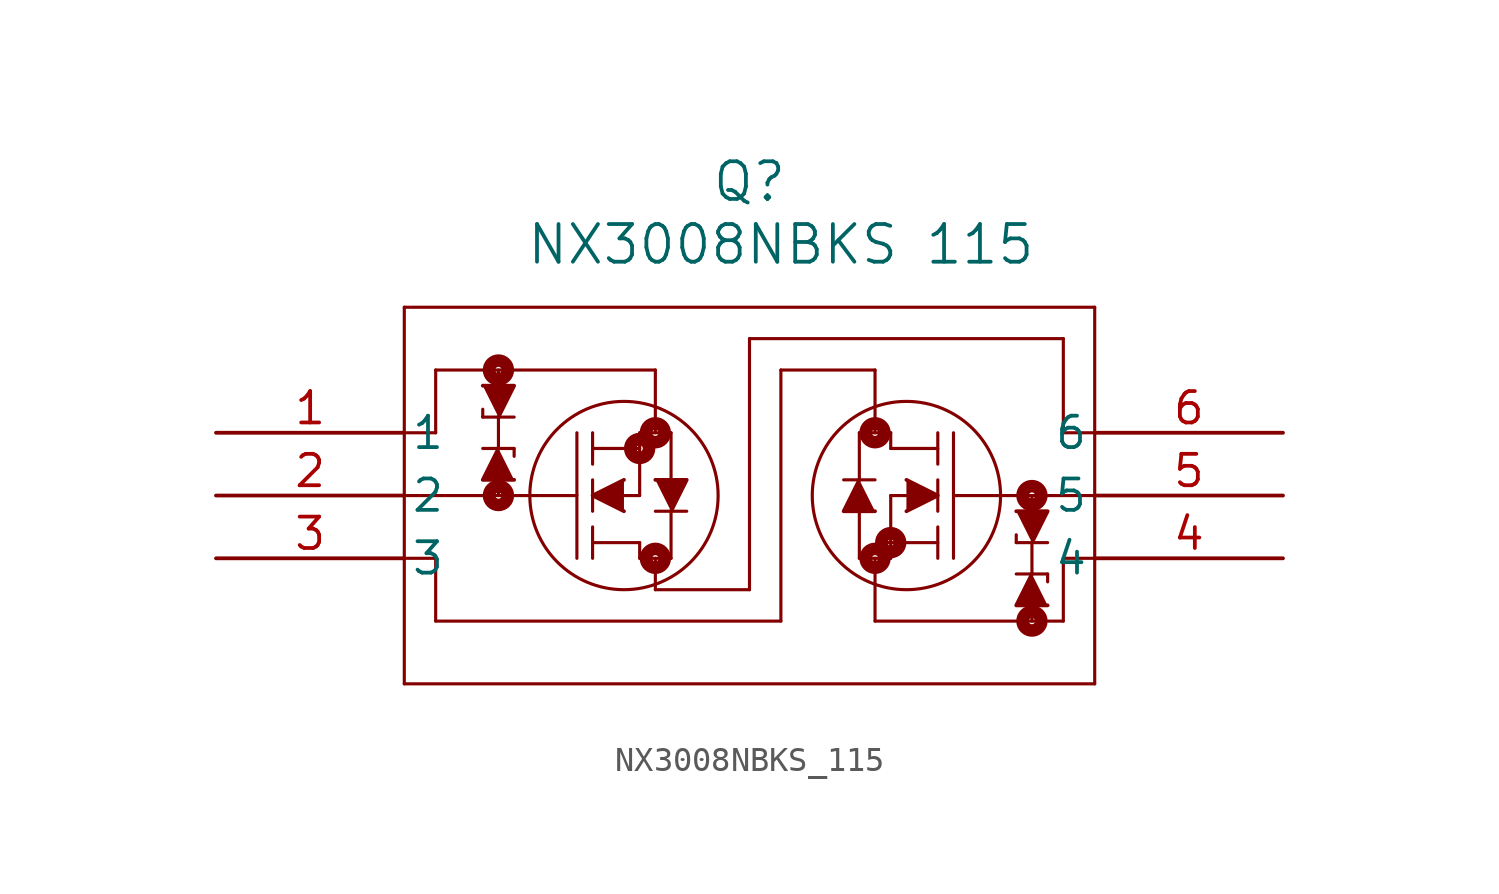
<source format=kicad_sym>
(kicad_symbol_lib
  (version 20211014)
  (generator kicad_symbol_editor)
  (symbol "NX3008NBKS_115"
    (pin_names
      (offset 0.254))
    (property "Reference" "Q"
      (at 19.05 10.16 0)
      (effects (font (size 1.524 1.524))))
    (property "Value" "NX3008NBKS 115"
      (at 20.32 7.62 0)
      (effects (font (size 1.524 1.524))))
    (symbol "NX3008NBKS_115_0_1"
      (polyline (pts (xy 5.08 5.08) (xy 5.08 -10.16)) (stroke (width 0.127) (type default) (color 0 0 0 0)) (fill (type none)))
      (polyline (pts (xy 5.08 -10.16) (xy 33.02 -10.16)) (stroke (width 0.127) (type default) (color 0 0 0 0)) (fill (type none)))
      (polyline (pts (xy 33.02 5.08) (xy 33.02 -10.16)) (stroke (width 0.127) (type default) (color 0 0 0 0)) (fill (type none)))
      (polyline (pts (xy 33.02 5.08) (xy 5.08 5.08)) (stroke (width 0.127) (type default) (color 0 0 0 0)) (fill (type none)))
      (circle (center 15.24 0) (radius 0.127) (stroke (width 0.508) (type default) (color 0 0 0 0)) (fill (type none)))
      (circle (center 15.24 -5.08) (radius 0.127) (stroke (width 0.508) (type default) (color 0 0 0 0)) (fill (type none)))
      (circle (center 14.605 -0.635) (radius 0.127) (stroke (width 0.508) (type default) (color 0 0 0 0)) (fill (type none)))
      (circle (center 13.97 -2.54) (radius 3.81) (stroke (width 0.127) (type default) (color 0 0 0 0)) (fill (type none)))
      (polyline (pts (xy 5.08 -2.54) (xy 12.065 -2.54)) (stroke (width 0.127) (type default) (color 0 0 0 0)) (fill (type none)))
      (polyline (pts (xy 12.065 -5.08) (xy 12.065 0)) (stroke (width 0.127) (type default) (color 0 0 0 0)) (fill (type none)))
      (polyline (pts (xy 12.7 -3.175) (xy 12.7 -1.905)) (stroke (width 0.127) (type default) (color 0 0 0 0)) (fill (type none)))
      (polyline (pts (xy 12.7 -5.08) (xy 12.7 -3.81)) (stroke (width 0.127) (type default) (color 0 0 0 0)) (fill (type none)))
      (polyline (pts (xy 12.7 -1.27) (xy 12.7 0)) (stroke (width 0.127) (type default) (color 0 0 0 0)) (fill (type none)))
      (polyline (pts (xy 13.716 -2.54) (xy 14.605 -2.54)) (stroke (width 0.127) (type default) (color 0 0 0 0)) (fill (type none)))
      (polyline (pts (xy 12.7 -4.445) (xy 14.605 -4.445)) (stroke (width 0.127) (type default) (color 0 0 0 0)) (fill (type none)))
      (polyline (pts (xy 14.605 -5.08) (xy 14.605 -4.445)) (stroke (width 0.127) (type default) (color 0 0 0 0)) (fill (type none)))
      (polyline (pts (xy 14.605 -5.08) (xy 15.875 -5.08)) (stroke (width 0.127) (type default) (color 0 0 0 0)) (fill (type none)))
      (polyline (pts (xy 12.7 -0.635) (xy 14.605 -0.635)) (stroke (width 0.127) (type default) (color 0 0 0 0)) (fill (type none)))
      (polyline (pts (xy 15.875 -1.905) (xy 15.875 0)) (stroke (width 0.127) (type default) (color 0 0 0 0)) (fill (type none)))
      (polyline (pts (xy 15.875 -5.08) (xy 15.875 -3.175)) (stroke (width 0.127) (type default) (color 0 0 0 0)) (fill (type none)))
      (polyline (pts (xy 15.24 -3.175) (xy 16.51 -3.175)) (stroke (width 0.127) (type default) (color 0 0 0 0)) (fill (type none)))
      (polyline (pts (xy 14.605 0) (xy 15.875 0)) (stroke (width 0.127) (type default) (color 0 0 0 0)) (fill (type none)))
      (polyline (pts (xy 14.605 -2.54) (xy 14.605 0)) (stroke (width 0.127) (type default) (color 0 0 0 0)) (fill (type none)))
      (polyline (pts (xy 15.24 2.54) (xy 15.24 0)) (stroke (width 0.127) (type default) (color 0 0 0 0)) (fill (type none)))
      (polyline (pts (xy 19.05 -6.35) (xy 15.24 -6.35)) (stroke (width 0.127) (type default) (color 0 0 0 0)) (fill (type none)))
      (polyline (pts (xy 24.765 -2.54) (xy 25.4 -2.54)) (stroke (width 0.127) (type default) (color 0 0 0 0)) (fill (type none)))
      (circle (center 24.13 0) (radius 0.127) (stroke (width 0.508) (type default) (color 0 0 0 0)) (fill (type none)))
      (polyline (pts (xy 15.24 -6.35) (xy 15.24 -5.08)) (stroke (width 0.127) (type default) (color 0 0 0 0)) (fill (type none)))
      (polyline (pts (xy 5.08 0) (xy 6.35 0)) (stroke (width 0.127) (type default) (color 0 0 0 0)) (fill (type none)))
      (circle (center 24.13 -5.08) (radius 0.127) (stroke (width 0.508) (type default) (color 0 0 0 0)) (fill (type none)))
      (circle (center 24.765 -4.445) (radius 0.127) (stroke (width 0.508) (type default) (color 0 0 0 0)) (fill (type none)))
      (circle (center 25.4 -2.54) (radius 3.81) (stroke (width 0.127) (type default) (color 0 0 0 0)) (fill (type none)))
      (polyline (pts (xy 27.305 -5.08) (xy 27.305 0)) (stroke (width 0.127) (type default) (color 0 0 0 0)) (fill (type none)))
      (polyline (pts (xy 6.35 0) (xy 6.35 2.54)) (stroke (width 0.127) (type default) (color 0 0 0 0)) (fill (type none)))
      (polyline (pts (xy 26.67 -3.175) (xy 26.67 -1.905)) (stroke (width 0.127) (type default) (color 0 0 0 0)) (fill (type none)))
      (polyline (pts (xy 26.67 -5.08) (xy 26.67 -3.81)) (stroke (width 0.127) (type default) (color 0 0 0 0)) (fill (type none)))
      (polyline (pts (xy 26.67 -1.27) (xy 26.67 0)) (stroke (width 0.127) (type default) (color 0 0 0 0)) (fill (type none)))
      (polyline (pts (xy 26.67 -4.445) (xy 24.638 -4.445)) (stroke (width 0.127) (type default) (color 0 0 0 0)) (fill (type none)))
      (polyline (pts (xy 24.765 -5.08) (xy 24.765 -2.54)) (stroke (width 0.127) (type default) (color 0 0 0 0)) (fill (type none)))
      (polyline (pts (xy 24.765 -5.08) (xy 23.495 -5.08)) (stroke (width 0.127) (type default) (color 0 0 0 0)) (fill (type none)))
      (polyline (pts (xy 26.67 -0.635) (xy 24.765 -0.635)) (stroke (width 0.127) (type default) (color 0 0 0 0)) (fill (type none)))
      (polyline (pts (xy 23.495 -1.905) (xy 23.495 0)) (stroke (width 0.127) (type default) (color 0 0 0 0)) (fill (type none)))
      (polyline (pts (xy 24.13 -1.905) (xy 22.86 -1.905)) (stroke (width 0.127) (type default) (color 0 0 0 0)) (fill (type none)))
      (polyline (pts (xy 24.765 0) (xy 23.495 0)) (stroke (width 0.127) (type default) (color 0 0 0 0)) (fill (type none)))
      (polyline (pts (xy 24.765 -0.635) (xy 24.765 0)) (stroke (width 0.127) (type default) (color 0 0 0 0)) (fill (type none)))
      (polyline (pts (xy 24.13 -7.62) (xy 24.13 -5.08)) (stroke (width 0.127) (type default) (color 0 0 0 0)) (fill (type none)))
      (polyline (pts (xy 33.02 -2.54) (xy 27.305 -2.54)) (stroke (width 0.127) (type default) (color 0 0 0 0)) (fill (type none)))
      (polyline (pts (xy 24.13 2.54) (xy 24.13 0)) (stroke (width 0.127) (type default) (color 0 0 0 0)) (fill (type none)))
      (polyline (pts (xy 6.35 2.54) (xy 15.24 2.54)) (stroke (width 0.127) (type default) (color 0 0 0 0)) (fill (type none)))
      (polyline (pts (xy 19.05 -6.35) (xy 19.05 3.81)) (stroke (width 0.127) (type default) (color 0 0 0 0)) (fill (type none)))
      (polyline (pts (xy 19.05 3.81) (xy 31.75 3.81)) (stroke (width 0.127) (type default) (color 0 0 0 0)) (fill (type none)))
      (polyline (pts (xy 31.75 3.81) (xy 31.75 0)) (stroke (width 0.127) (type default) (color 0 0 0 0)) (fill (type none)))
      (polyline (pts (xy 31.75 0) (xy 33.02 0)) (stroke (width 0.127) (type default) (color 0 0 0 0)) (fill (type none)))
      (polyline (pts (xy 24.13 -7.62) (xy 31.75 -7.62)) (stroke (width 0.127) (type default) (color 0 0 0 0)) (fill (type none)))
      (polyline (pts (xy 31.75 -7.62) (xy 31.75 -5.08)) (stroke (width 0.127) (type default) (color 0 0 0 0)) (fill (type none)))
      (polyline (pts (xy 31.75 -5.08) (xy 33.02 -5.08)) (stroke (width 0.127) (type default) (color 0 0 0 0)) (fill (type none)))
      (polyline (pts (xy 24.13 2.54) (xy 20.32 2.54)) (stroke (width 0.127) (type default) (color 0 0 0 0)) (fill (type none)))
      (polyline (pts (xy 20.32 2.54) (xy 20.32 -7.62)) (stroke (width 0.127) (type default) (color 0 0 0 0)) (fill (type none)))
      (polyline (pts (xy 20.32 -7.62) (xy 6.35 -7.62)) (stroke (width 0.127) (type default) (color 0 0 0 0)) (fill (type none)))
      (polyline (pts (xy 6.35 -7.62) (xy 6.35 -5.08)) (stroke (width 0.127) (type default) (color 0 0 0 0)) (fill (type none)))
      (polyline (pts (xy 6.35 -5.08) (xy 5.08 -5.08)) (stroke (width 0.127) (type default) (color 0 0 0 0)) (fill (type none)))
      (polyline (pts (xy 23.495 -5.08) (xy 23.495 -3.175)) (stroke (width 0.127) (type default) (color 0 0 0 0)) (fill (type none)))
      (polyline (pts (xy 13.97 -1.905) (xy 12.7 -2.54) (xy 13.97 -3.175)) (stroke (width 0) (type default) (color 0 0 0 0)) (fill (type outline)))
      (polyline (pts (xy 15.24 -1.905) (xy 16.51 -1.905) (xy 15.875 -3.175)) (stroke (width 0) (type default) (color 0 0 0 0)) (fill (type outline)))
      (polyline (pts (xy 25.4 -3.175) (xy 26.67 -2.54) (xy 25.4 -1.905)) (stroke (width 0) (type default) (color 0 0 0 0)) (fill (type outline)))
      (polyline (pts (xy 24.13 -3.175) (xy 22.86 -3.175) (xy 23.495 -1.905)) (stroke (width 0) (type default) (color 0 0 0 0)) (fill (type outline)))
      (polyline (pts (xy 8.255 0.635) (xy 9.525 0.635)) (stroke (width 0.127) (type default) (color 0 0 0 0)) (fill (type none)))
      (polyline (pts (xy 8.255 1.905) (xy 9.525 1.905) (xy 8.89 0.635)) (stroke (width 0) (type default) (color 0 0 0 0)) (fill (type outline)))
      (polyline (pts (xy 9.525 -0.635) (xy 8.255 -0.635)) (stroke (width 0.127) (type default) (color 0 0 0 0)) (fill (type none)))
      (polyline (pts (xy 9.525 -1.905) (xy 8.255 -1.905) (xy 8.89 -0.635)) (stroke (width 0) (type default) (color 0 0 0 0)) (fill (type outline)))
      (circle (center 8.89 2.54) (radius 0.127) (stroke (width 0.508) (type default) (color 0 0 0 0)) (fill (type none)))
      (polyline (pts (xy 8.89 0.635) (xy 8.89 -0.635)) (stroke (width 0.127) (type default) (color 0 0 0 0)) (fill (type none)))
      (circle (center 8.89 -2.54) (radius 0.127) (stroke (width 0.508) (type default) (color 0 0 0 0)) (fill (type none)))
      (polyline (pts (xy 8.89 1.905) (xy 8.89 2.54)) (stroke (width 0.127) (type default) (color 0 0 0 0)) (fill (type none)))
      (polyline (pts (xy 8.89 -2.54) (xy 8.89 -1.905)) (stroke (width 0.127) (type default) (color 0 0 0 0)) (fill (type none)))
      (polyline (pts (xy 9.525 -0.635) (xy 9.525 -0.953)) (stroke (width 0.127) (type default) (color 0 0 0 0)) (fill (type none)))
      (polyline (pts (xy 8.255 0.635) (xy 8.255 0.953)) (stroke (width 0.127) (type default) (color 0 0 0 0)) (fill (type none)))
      (polyline (pts (xy 29.845 -4.445) (xy 31.115 -4.445)) (stroke (width 0.127) (type default) (color 0 0 0 0)) (fill (type none)))
      (polyline (pts (xy 31.115 -5.715) (xy 29.845 -5.715)) (stroke (width 0.127) (type default) (color 0 0 0 0)) (fill (type none)))
      (circle (center 30.48 -2.54) (radius 0.127) (stroke (width 0.508) (type default) (color 0 0 0 0)) (fill (type none)))
      (polyline (pts (xy 30.48 -4.445) (xy 30.48 -5.715)) (stroke (width 0.127) (type default) (color 0 0 0 0)) (fill (type none)))
      (circle (center 30.48 -7.62) (radius 0.127) (stroke (width 0.508) (type default) (color 0 0 0 0)) (fill (type none)))
      (polyline (pts (xy 30.48 -3.175) (xy 30.48 -2.54)) (stroke (width 0.127) (type default) (color 0 0 0 0)) (fill (type none)))
      (polyline (pts (xy 30.48 -7.62) (xy 30.48 -6.985)) (stroke (width 0.127) (type default) (color 0 0 0 0)) (fill (type none)))
      (polyline (pts (xy 31.115 -5.715) (xy 31.115 -6.032)) (stroke (width 0.127) (type default) (color 0 0 0 0)) (fill (type none)))
      (polyline (pts (xy 29.845 -4.445) (xy 29.845 -4.128)) (stroke (width 0.127) (type default) (color 0 0 0 0)) (fill (type none)))
      (polyline (pts (xy 29.845 -3.175) (xy 31.115 -3.175) (xy 30.48 -4.445)) (stroke (width 0) (type default) (color 0 0 0 0)) (fill (type outline)))
      (polyline (pts (xy 31.115 -6.985) (xy 29.845 -6.985) (xy 30.48 -5.715)) (stroke (width 0) (type default) (color 0 0 0 0)) (fill (type outline)))
      (pin unspecified line (at -2.54 0 0) (length 7.62) (name "1" (effects (font (size 1.27 1.27)))) (number "1" (effects (font (size 1.27 1.27)))))
      (pin unspecified line (at -2.54 -2.54 0) (length 7.62) (name "2" (effects (font (size 1.27 1.27)))) (number "2" (effects (font (size 1.27 1.27)))))
      (pin unspecified line (at -2.54 -5.08 0) (length 7.62) (name "3" (effects (font (size 1.27 1.27)))) (number "3" (effects (font (size 1.27 1.27)))))
      (pin unspecified line (at 40.64 -5.08 180) (length 7.62) (name "4" (effects (font (size 1.27 1.27)))) (number "4" (effects (font (size 1.27 1.27)))))
      (pin unspecified line (at 40.64 -2.54 180) (length 7.62) (name "5" (effects (font (size 1.27 1.27)))) (number "5" (effects (font (size 1.27 1.27)))))
      (pin unspecified line (at 40.64 0 180) (length 7.62) (name "6" (effects (font (size 1.27 1.27)))) (number "6" (effects (font (size 1.27 1.27))))))))
</source>
